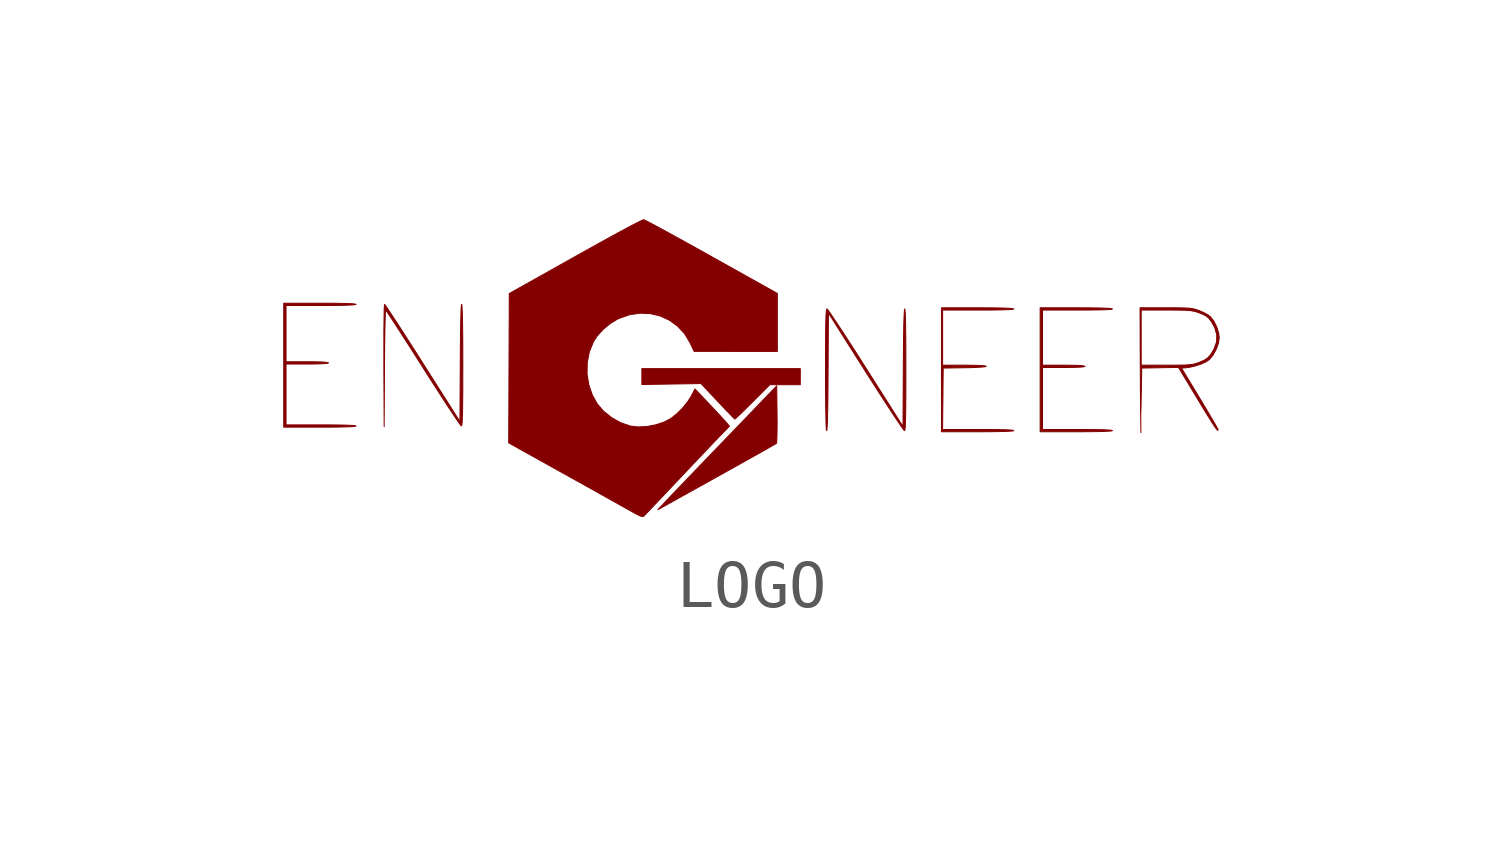
<source format=kicad_sym>
(kicad_symbol_lib
  (version 20211014)
  (generator kicad_symbol_editor)
  (symbol "LOGO"
    (pin_names
      (offset 1.016))
    (property "Reference" "#G"
      (at 2.54 3.81 0)
      (effects (font (size 1.27 1.27)) hide))
    (symbol "LOGO_0_0"
      (polyline (pts (xy -0.359 -1.035) (xy -0.328 -1.008) (xy -0.271 -0.954) (xy -0.192 -0.878) (xy -0.096 -0.783) (xy 0.012 -0.676) (xy 0.374 -0.314) (xy 1.014 -0.314) (xy 1.014 0.024) (xy -2.318 0.024) (xy -2.318 -0.31) (xy -1.696 -0.3) (xy -1.075 -0.29) (xy -0.724 -0.663) (xy -0.688 -0.701) (xy -0.587 -0.808) (xy -0.499 -0.9) (xy -0.429 -0.972) (xy -0.381 -1.02) (xy -0.362 -1.037) (xy -0.359 -1.035)) (stroke (width 0.01) (type default) (color 0 0 0 0)) (fill (type outline)))
      (polyline (pts (xy -0.744 -2.255) (xy -0.544 -2.143) (xy -0.33 -2.024) (xy -0.132 -1.913) (xy 0.047 -1.813) (xy 0.202 -1.726) (xy 0.33 -1.653) (xy 0.427 -1.598) (xy 0.489 -1.562) (xy 0.513 -1.547) (xy 0.517 -1.53) (xy 0.521 -1.47) (xy 0.524 -1.374) (xy 0.526 -1.248) (xy 0.527 -1.099) (xy 0.525 -0.934) (xy 0.519 -0.338) (xy -0.519 -1.416) (xy -0.697 -1.601) (xy -0.884 -1.795) (xy -1.064 -1.982) (xy -1.231 -2.156) (xy -1.384 -2.315) (xy -1.518 -2.455) (xy -1.629 -2.571) (xy -1.715 -2.66) (xy -1.77 -2.719) (xy -1.983 -2.944) (xy -0.744 -2.255)) (stroke (width 0.01) (type default) (color 0 0 0 0)) (fill (type outline)))
      (polyline (pts (xy -8.902 -1.207) (xy -8.7 -1.205) (xy -8.54 -1.201) (xy -8.424 -1.197) (xy -8.354 -1.19) (xy -8.33 -1.183) (xy -8.342 -1.178) (xy -8.399 -1.171) (xy -8.501 -1.166) (xy -8.647 -1.162) (xy -8.836 -1.16) (xy -9.066 -1.159) (xy -9.803 -1.159) (xy -9.803 0.121) (xy -9.356 0.121) (xy -9.262 0.121) (xy -9.113 0.124) (xy -9.002 0.129) (xy -8.933 0.136) (xy -8.909 0.145) (xy -8.916 0.15) (xy -8.964 0.158) (xy -9.055 0.164) (xy -9.187 0.168) (xy -9.356 0.169) (xy -9.803 0.169) (xy -9.803 1.352) (xy -9.066 1.352) (xy -8.901 1.353) (xy -8.699 1.354) (xy -8.54 1.358) (xy -8.424 1.363) (xy -8.354 1.369) (xy -8.33 1.376) (xy -8.345 1.382) (xy -8.406 1.389) (xy -8.512 1.394) (xy -8.663 1.397) (xy -8.856 1.4) (xy -9.09 1.4) (xy -9.851 1.4) (xy -9.851 -1.207) (xy -9.09 -1.207) (xy -8.902 -1.207)) (stroke (width 0.01) (type default) (color 0 0 0 0)) (fill (type outline)))
      (polyline (pts (xy 7.009 -1.303) (xy 7.211 -1.301) (xy 7.371 -1.298) (xy 7.487 -1.293) (xy 7.557 -1.287) (xy 7.581 -1.28) (xy 7.569 -1.274) (xy 7.513 -1.268) (xy 7.41 -1.262) (xy 7.264 -1.259) (xy 7.075 -1.256) (xy 6.845 -1.256) (xy 6.109 -1.256) (xy 6.109 0.048) (xy 6.555 0.048) (xy 6.649 0.049) (xy 6.799 0.051) (xy 6.91 0.056) (xy 6.978 0.063) (xy 7.002 0.072) (xy 6.995 0.077) (xy 6.947 0.086) (xy 6.856 0.092) (xy 6.724 0.095) (xy 6.555 0.097) (xy 6.109 0.097) (xy 6.109 1.256) (xy 6.845 1.256) (xy 7.011 1.256) (xy 7.212 1.258) (xy 7.371 1.261) (xy 7.487 1.266) (xy 7.558 1.272) (xy 7.581 1.28) (xy 7.566 1.286) (xy 7.505 1.292) (xy 7.399 1.297) (xy 7.248 1.301) (xy 7.055 1.303) (xy 6.821 1.304) (xy 6.06 1.304) (xy 6.06 -1.304) (xy 6.821 -1.304) (xy 7.009 -1.303)) (stroke (width 0.01) (type default) (color 0 0 0 0)) (fill (type outline)))
      (polyline (pts (xy 4.933 -1.303) (xy 5.135 -1.301) (xy 5.294 -1.298) (xy 5.41 -1.293) (xy 5.481 -1.287) (xy 5.505 -1.28) (xy 5.492 -1.274) (xy 5.433 -1.267) (xy 5.328 -1.262) (xy 5.179 -1.258) (xy 4.988 -1.256) (xy 4.756 -1.256) (xy 4.007 -1.256) (xy 4.014 -0.61) (xy 4.02 0.036) (xy 4.473 0.043) (xy 4.59 0.045) (xy 4.729 0.05) (xy 4.835 0.057) (xy 4.902 0.064) (xy 4.925 0.073) (xy 4.915 0.079) (xy 4.861 0.086) (xy 4.766 0.092) (xy 4.633 0.095) (xy 4.467 0.097) (xy 4.008 0.097) (xy 4.008 1.256) (xy 4.756 1.256) (xy 4.933 1.256) (xy 5.135 1.258) (xy 5.295 1.261) (xy 5.41 1.266) (xy 5.481 1.272) (xy 5.505 1.28) (xy 5.49 1.286) (xy 5.429 1.292) (xy 5.323 1.297) (xy 5.172 1.301) (xy 4.979 1.303) (xy 4.744 1.304) (xy 3.984 1.304) (xy 3.984 -1.304) (xy 4.744 -1.304) (xy 4.933 -1.303)) (stroke (width 0.01) (type default) (color 0 0 0 0)) (fill (type outline)))
      (polyline (pts (xy -7.732 0.03) (xy -7.732 0.098) (xy -7.73 0.332) (xy -7.728 0.55) (xy -7.725 0.747) (xy -7.722 0.918) (xy -7.718 1.059) (xy -7.715 1.165) (xy -7.711 1.232) (xy -7.707 1.256) (xy -7.692 1.237) (xy -7.653 1.181) (xy -7.593 1.09) (xy -7.514 0.97) (xy -7.419 0.823) (xy -7.309 0.652) (xy -7.187 0.462) (xy -7.056 0.256) (xy -6.917 0.037) (xy -6.782 -0.175) (xy -6.649 -0.382) (xy -6.526 -0.573) (xy -6.415 -0.744) (xy -6.317 -0.892) (xy -6.236 -1.014) (xy -6.174 -1.105) (xy -6.133 -1.162) (xy -6.115 -1.182) (xy -6.111 -1.179) (xy -6.104 -1.159) (xy -6.099 -1.115) (xy -6.095 -1.045) (xy -6.091 -0.947) (xy -6.089 -0.816) (xy -6.087 -0.649) (xy -6.085 -0.443) (xy -6.085 -0.196) (xy -6.084 0.097) (xy -6.085 0.252) (xy -6.085 0.544) (xy -6.087 0.794) (xy -6.09 1.001) (xy -6.093 1.164) (xy -6.098 1.281) (xy -6.103 1.352) (xy -6.108 1.376) (xy -6.111 1.373) (xy -6.117 1.33) (xy -6.122 1.242) (xy -6.126 1.107) (xy -6.13 0.929) (xy -6.134 0.708) (xy -6.136 0.445) (xy -6.138 0.142) (xy -6.145 -1.091) (xy -6.928 0.142) (xy -6.933 0.15) (xy -7.072 0.37) (xy -7.205 0.577) (xy -7.328 0.768) (xy -7.438 0.939) (xy -7.535 1.087) (xy -7.614 1.208) (xy -7.675 1.299) (xy -7.715 1.356) (xy -7.731 1.376) (xy -7.732 1.371) (xy -7.736 1.326) (xy -7.739 1.239) (xy -7.741 1.115) (xy -7.743 0.958) (xy -7.745 0.773) (xy -7.745 0.564) (xy -7.745 0.335) (xy -7.745 0.091) (xy -7.739 -1.195) (xy -7.732 0.03)) (stroke (width 0.01) (type default) (color 0 0 0 0)) (fill (type outline)))
      (polyline (pts (xy 1.572 -1.276) (xy 1.577 -1.233) (xy 1.583 -1.144) (xy 1.587 -1.009) (xy 1.591 -0.831) (xy 1.595 -0.609) (xy 1.597 -0.346) (xy 1.599 -0.043) (xy 1.606 1.195) (xy 2.39 -0.042) (xy 2.396 -0.051) (xy 2.536 -0.271) (xy 2.669 -0.479) (xy 2.793 -0.67) (xy 2.905 -0.842) (xy 3.002 -0.99) (xy 3.083 -1.111) (xy 3.146 -1.202) (xy 3.187 -1.26) (xy 3.205 -1.279) (xy 3.209 -1.276) (xy 3.216 -1.256) (xy 3.221 -1.212) (xy 3.225 -1.142) (xy 3.228 -1.044) (xy 3.231 -0.912) (xy 3.233 -0.746) (xy 3.234 -0.54) (xy 3.235 -0.292) (xy 3.235 0) (xy 3.235 0.155) (xy 3.234 0.448) (xy 3.233 0.698) (xy 3.23 0.904) (xy 3.227 1.067) (xy 3.222 1.185) (xy 3.217 1.256) (xy 3.211 1.28) (xy 3.209 1.276) (xy 3.203 1.233) (xy 3.198 1.144) (xy 3.193 1.009) (xy 3.189 0.831) (xy 3.186 0.609) (xy 3.183 0.346) (xy 3.181 0.043) (xy 3.175 -1.194) (xy 2.39 0.043) (xy 2.385 0.051) (xy 2.245 0.272) (xy 2.112 0.479) (xy 1.988 0.67) (xy 1.876 0.842) (xy 1.779 0.99) (xy 1.697 1.112) (xy 1.635 1.203) (xy 1.594 1.26) (xy 1.576 1.28) (xy 1.571 1.276) (xy 1.565 1.255) (xy 1.56 1.211) (xy 1.555 1.141) (xy 1.552 1.042) (xy 1.549 0.911) (xy 1.547 0.744) (xy 1.546 0.539) (xy 1.545 0.292) (xy 1.545 0) (xy 1.545 -0.155) (xy 1.546 -0.448) (xy 1.548 -0.698) (xy 1.551 -0.904) (xy 1.554 -1.067) (xy 1.558 -1.184) (xy 1.563 -1.256) (xy 1.569 -1.28) (xy 1.572 -1.276)) (stroke (width 0.01) (type default) (color 0 0 0 0)) (fill (type outline)))
      (polyline (pts (xy 9.803 -1.26) (xy 9.8 -1.254) (xy 9.778 -1.212) (xy 9.736 -1.137) (xy 9.675 -1.033) (xy 9.6 -0.905) (xy 9.513 -0.76) (xy 9.418 -0.601) (xy 9.033 0.036) (xy 9.134 0.043) (xy 9.207 0.053) (xy 9.326 0.081) (xy 9.445 0.121) (xy 9.547 0.167) (xy 9.618 0.214) (xy 9.618 0.215) (xy 9.697 0.309) (xy 9.763 0.43) (xy 9.809 0.557) (xy 9.827 0.672) (xy 9.816 0.767) (xy 9.776 0.897) (xy 9.715 1.021) (xy 9.64 1.117) (xy 9.586 1.156) (xy 9.503 1.202) (xy 9.41 1.242) (xy 9.362 1.26) (xy 9.312 1.276) (xy 9.26 1.287) (xy 9.198 1.295) (xy 9.12 1.3) (xy 9.017 1.302) (xy 8.88 1.304) (xy 8.704 1.304) (xy 8.161 1.304) (xy 8.161 1.256) (xy 8.185 1.256) (xy 8.827 1.256) (xy 8.976 1.255) (xy 9.091 1.252) (xy 9.178 1.248) (xy 9.245 1.241) (xy 9.3 1.23) (xy 9.352 1.216) (xy 9.408 1.196) (xy 9.448 1.181) (xy 9.537 1.14) (xy 9.603 1.089) (xy 9.659 1.017) (xy 9.719 0.912) (xy 9.732 0.886) (xy 9.775 0.738) (xy 9.771 0.587) (xy 9.719 0.44) (xy 9.714 0.43) (xy 9.651 0.325) (xy 9.587 0.252) (xy 9.509 0.199) (xy 9.403 0.154) (xy 9.374 0.143) (xy 9.322 0.127) (xy 9.269 0.115) (xy 9.207 0.107) (xy 9.129 0.101) (xy 9.026 0.098) (xy 8.891 0.097) (xy 8.715 0.097) (xy 8.185 0.097) (xy 8.185 1.256) (xy 8.161 1.256) (xy 8.166 0.006) (xy 8.167 -0.201) (xy 8.168 -0.435) (xy 8.17 -0.623) (xy 8.171 -0.766) (xy 8.172 -0.866) (xy 8.179 -1.321) (xy 8.175 -0.941) (xy 8.177 -0.918) (xy 8.179 -0.858) (xy 8.182 -0.76) (xy 8.184 -0.628) (xy 8.197 0.036) (xy 8.584 0.043) (xy 8.97 0.05) (xy 9.364 -0.603) (xy 9.424 -0.702) (xy 9.53 -0.877) (xy 9.616 -1.016) (xy 9.682 -1.121) (xy 9.731 -1.196) (xy 9.766 -1.244) (xy 9.788 -1.269) (xy 9.799 -1.273) (xy 9.803 -1.26)) (stroke (width 0.01) (type default) (color 0 0 0 0)) (fill (type outline)))
      (polyline (pts (xy -2.284 -3.083) (xy -2.267 -3.07) (xy -2.258 -3.06) (xy -2.217 -3.017) (xy -2.148 -2.945) (xy -2.056 -2.847) (xy -1.944 -2.728) (xy -1.814 -2.592) (xy -1.672 -2.442) (xy -1.521 -2.282) (xy -1.459 -2.217) (xy -1.303 -2.051) (xy -1.152 -1.892) (xy -1.011 -1.744) (xy -0.886 -1.612) (xy -0.78 -1.501) (xy -0.698 -1.415) (xy -0.644 -1.36) (xy -0.476 -1.187) (xy -0.542 -1.108) (xy -0.569 -1.077) (xy -0.628 -1.012) (xy -0.709 -0.925) (xy -0.803 -0.824) (xy -0.904 -0.717) (xy -1.201 -0.404) (xy -1.282 -0.558) (xy -1.348 -0.663) (xy -1.457 -0.8) (xy -1.583 -0.926) (xy -1.71 -1.026) (xy -1.85 -1.099) (xy -2.026 -1.158) (xy -2.214 -1.193) (xy -2.398 -1.203) (xy -2.562 -1.183) (xy -2.568 -1.181) (xy -2.768 -1.112) (xy -2.957 -1.005) (xy -3.125 -0.87) (xy -3.258 -0.714) (xy -3.36 -0.532) (xy -3.435 -0.312) (xy -3.471 -0.081) (xy -3.467 0.152) (xy -3.422 0.38) (xy -3.336 0.591) (xy -3.263 0.704) (xy -3.135 0.847) (xy -2.983 0.974) (xy -2.821 1.071) (xy -2.803 1.079) (xy -2.581 1.157) (xy -2.358 1.19) (xy -2.14 1.181) (xy -1.931 1.131) (xy -1.738 1.042) (xy -1.565 0.917) (xy -1.417 0.755) (xy -1.301 0.561) (xy -1.219 0.387) (xy 0.531 0.386) (xy 0.531 0.996) (xy 0.531 1.606) (xy -0.85 2.378) (xy -0.94 2.429) (xy -1.174 2.559) (xy -1.396 2.682) (xy -1.601 2.795) (xy -1.786 2.897) (xy -1.947 2.984) (xy -2.08 3.056) (xy -2.183 3.11) (xy -2.251 3.144) (xy -2.28 3.157) (xy -2.281 3.157) (xy -2.316 3.143) (xy -2.389 3.108) (xy -2.497 3.053) (xy -2.638 2.978) (xy -2.808 2.887) (xy -3.004 2.78) (xy -3.223 2.659) (xy -3.462 2.526) (xy -3.718 2.383) (xy -5.107 1.604) (xy -5.119 -1.538) (xy -4.075 -2.12) (xy -3.886 -2.225) (xy -3.665 -2.348) (xy -3.449 -2.468) (xy -3.245 -2.582) (xy -3.059 -2.687) (xy -2.897 -2.777) (xy -2.764 -2.852) (xy -2.668 -2.906) (xy -2.58 -2.955) (xy -2.471 -3.015) (xy -2.393 -3.056) (xy -2.341 -3.079) (xy -2.306 -3.087) (xy -2.284 -3.083)) (stroke (width 0.01) (type default) (color 0 0 0 0)) (fill (type outline))))))
</source>
